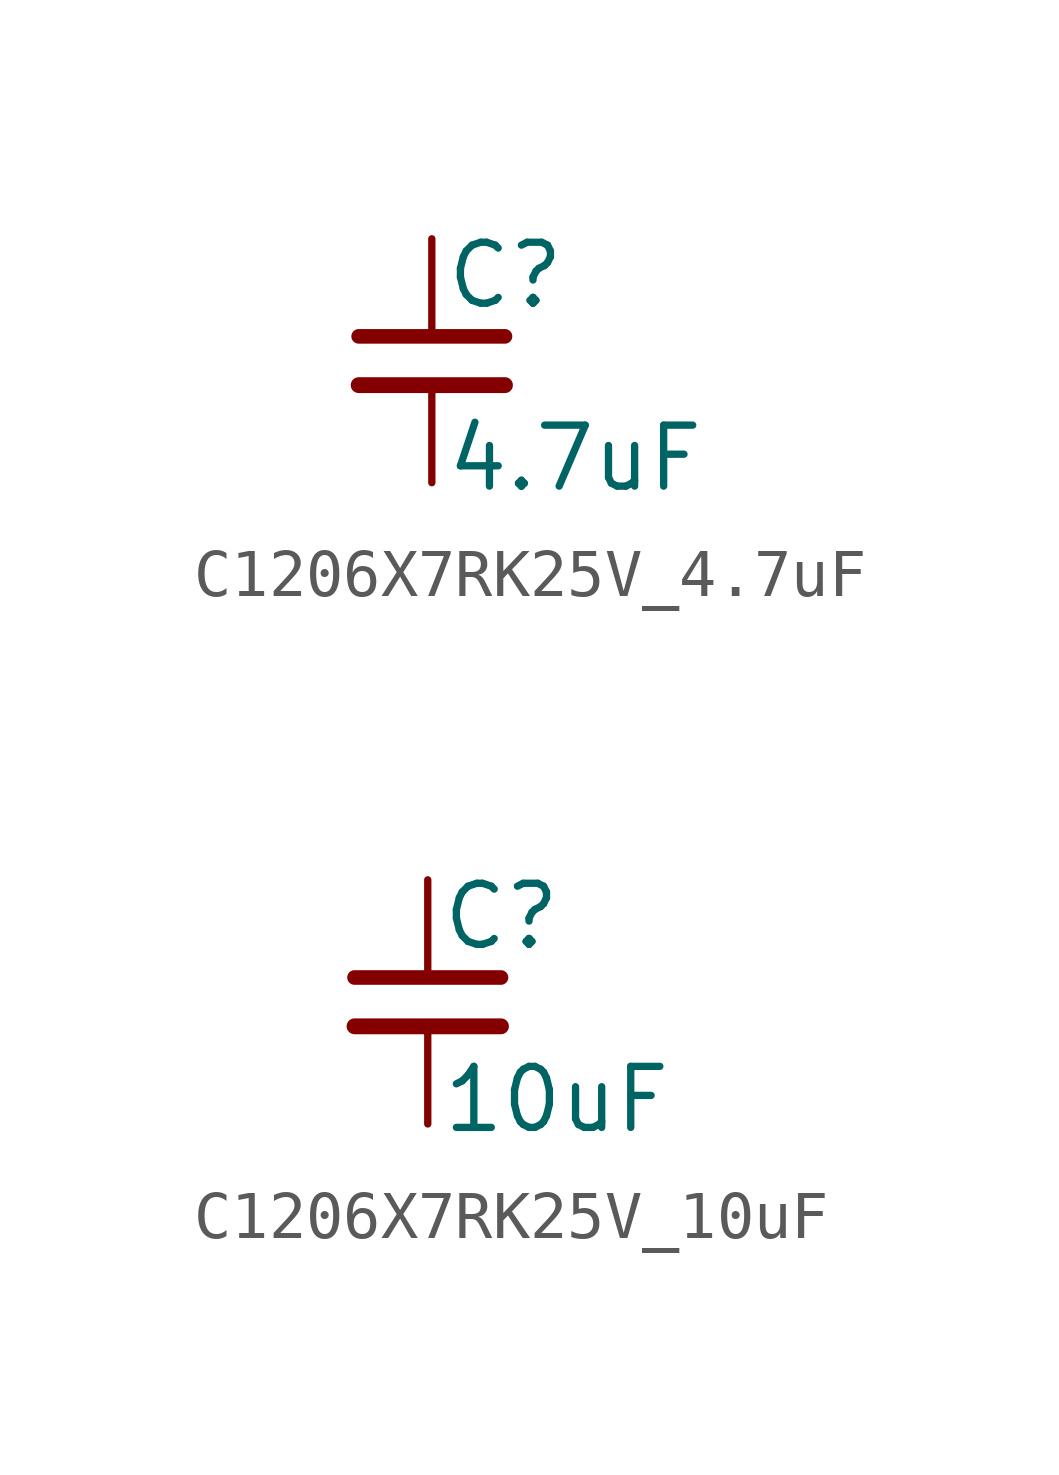
<source format=kicad_sym>
(kicad_symbol_lib
  (version 20220914)
  (generator kicad_symbol_editor)
  (symbol "C1206X7RK25V_4.7uF"
    (pin_numbers hide)
    (pin_names
      (offset 0.254) hide)
    (property "Reference" "C"
      (at 0.254 1.778 0)
      (effects (font (size 1.27 1.27)) (justify left)))
    (property "Value" "4.7uF"
      (at 0.254 -2.032 0)
      (effects (font (size 1.27 1.27)) (justify left)))
    (symbol "C1206X7RK25V_4.7uF_0_1"
      (polyline (pts (xy -1.524 -0.508) (xy 1.524 -0.508)) (stroke (width 0.33) (type default)) (fill (type none)))
      (polyline (pts (xy -1.524 0.508) (xy 1.524 0.508)) (stroke (width 0.305) (type default)) (fill (type none))))
    (symbol "C1206X7RK25V_4.7uF_1_1"
      (pin passive line (at 0 2.54 270) (length 2.032) (name "~" (effects (font (size 1.27 1.27)))) (number "1" (effects (font (size 1.27 1.27)))))
      (pin passive line (at 0 -2.54 90) (length 2.032) (name "~" (effects (font (size 1.27 1.27)))) (number "2" (effects (font (size 1.27 1.27)))))))
  (symbol "C1206X7RK25V_10uF"
    (pin_numbers hide)
    (pin_names
      (offset 0.254) hide)
    (property "Reference" "C"
      (at 0.254 1.778 0)
      (effects (font (size 1.27 1.27)) (justify left)))
    (property "Value" "10uF"
      (at 0.254 -2.032 0)
      (effects (font (size 1.27 1.27)) (justify left)))
    (symbol "C1206X7RK25V_10uF_0_1"
      (polyline (pts (xy -1.524 -0.508) (xy 1.524 -0.508)) (stroke (width 0.33) (type default)) (fill (type none)))
      (polyline (pts (xy -1.524 0.508) (xy 1.524 0.508)) (stroke (width 0.305) (type default)) (fill (type none))))
    (symbol "C1206X7RK25V_10uF_1_1"
      (pin passive line (at 0 2.54 270) (length 2.032) (name "~" (effects (font (size 1.27 1.27)))) (number "1" (effects (font (size 1.27 1.27)))))
      (pin passive line (at 0 -2.54 90) (length 2.032) (name "~" (effects (font (size 1.27 1.27)))) (number "2" (effects (font (size 1.27 1.27))))))))
</source>
